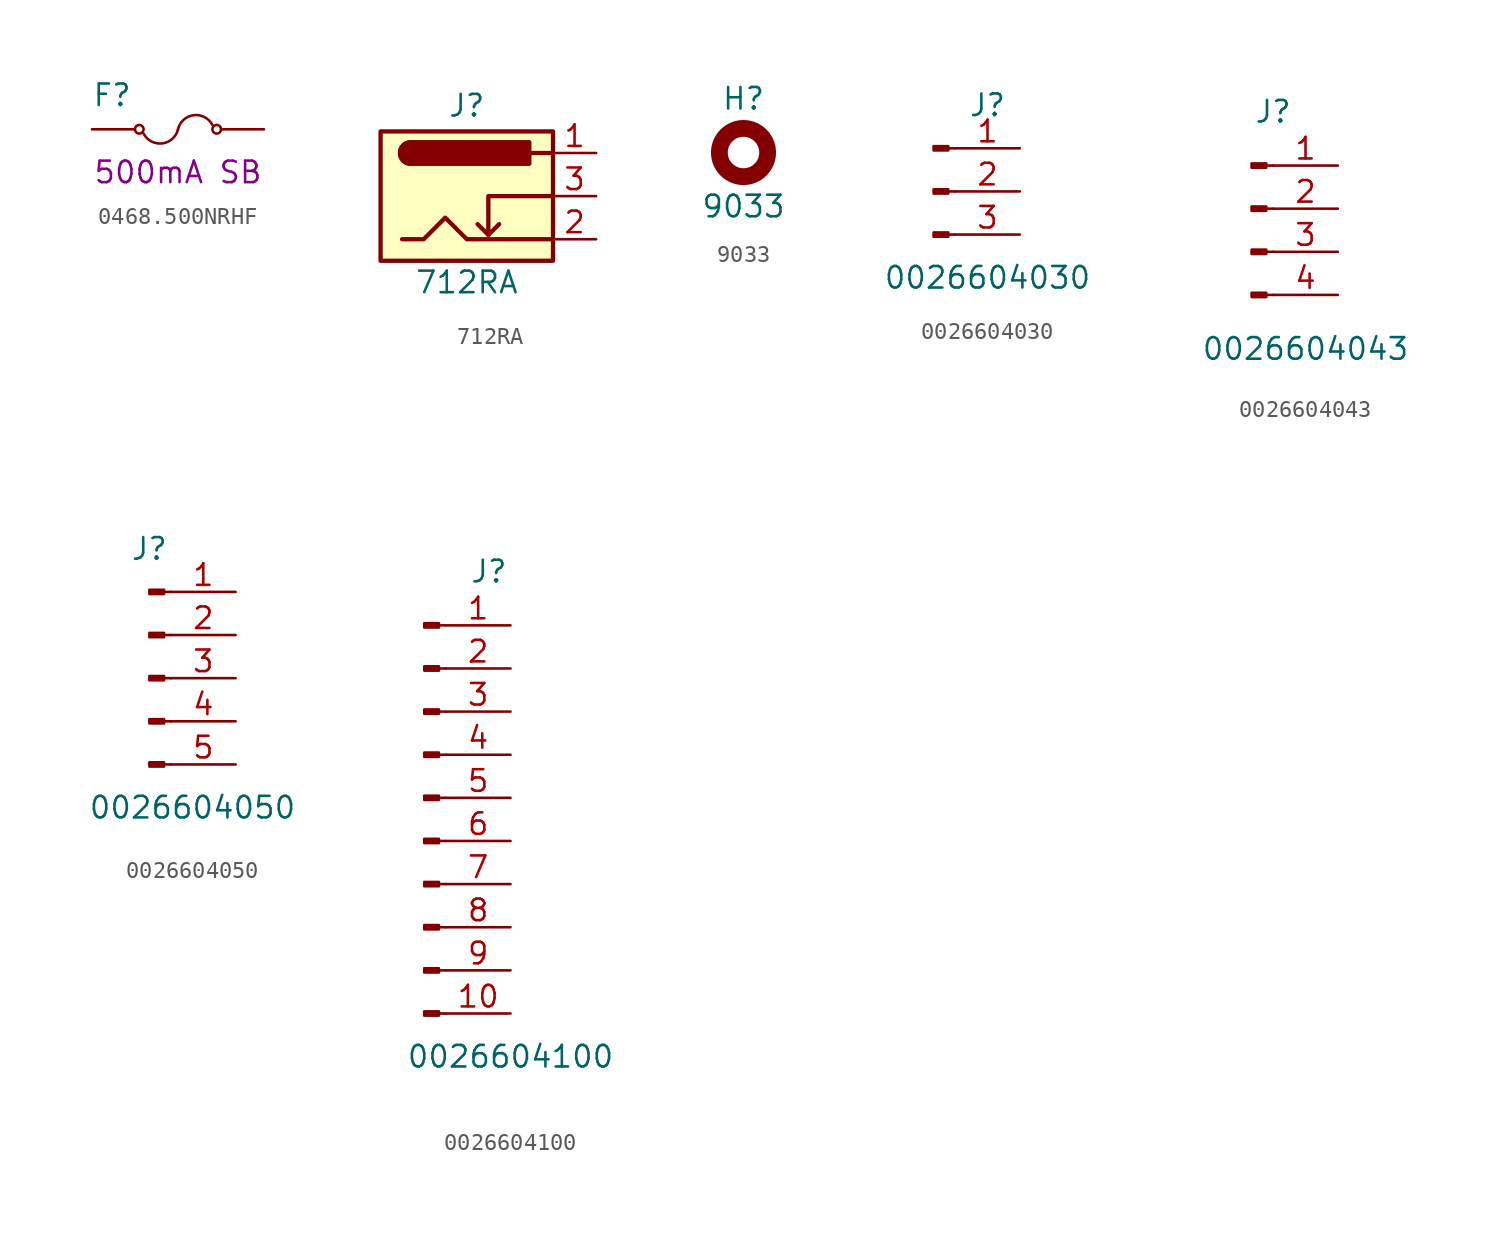
<source format=kicad_sym>
(kicad_symbol_lib
  (version 20210619)
  (generator kicad_symbol_editor)
  (symbol "custom:0468.500NRHF"
    (pin_numbers hide)
    (pin_names
      (offset 1.016) hide)
    (property "Reference" "F"
      (at -5.08 1.27 0)
      (effects (font (size 1.27 1.27)) (justify left bottom)))
    (property "Rating" "500mA SB"
      (at 0 -2.54 0)
      (effects (font (size 1.27 1.27))))
    (symbol "0468.500NRHF_0_1"
      (arc (start -2.032 -0.254) (end 0 0) (radius (at -1.0668 0.254) (length 1.0922) (angles -152.2 -13.4)) (stroke (width 0)) (fill (type none)))
      (arc (start 0 0) (end 2.032 0.254) (radius (at 1.0668 -0.254) (length 1.0922) (angles 166.6 27.8)) (stroke (width 0)) (fill (type none)))
      (circle (center -2.286 0) (radius 0.254) (stroke (width 0)) (fill (type none)))
      (circle (center 2.286 0) (radius 0.254) (stroke (width 0)) (fill (type none))))
    (symbol "0468.500NRHF_1_1"
      (pin passive line (at -5.08 0 0) (length 2.54) (name "~" (effects (font (size 1.27 1.27)))) (number "1" (effects (font (size 1.27 1.27)))))
      (pin passive line (at 5.08 0 180) (length 2.54) (name "~" (effects (font (size 1.27 1.27)))) (number "2" (effects (font (size 1.27 1.27)))))))
  (symbol "custom:712RA"
    (pin_names hide)
    (property "Reference" "J"
      (at 0 5.334 0)
      (effects (font (size 1.27 1.27))))
    (property "Value" "712RA"
      (at 0 -5.08 0)
      (effects (font (size 1.27 1.27))))
    (symbol "712RA_0_1"
      (arc (start -3.302 3.175) (end -3.302 1.905) (radius (at -3.302 2.54) (length 0.635) (angles 90.1 -90.1)) (stroke (width 0.254)) (fill (type none)))
      (arc (start -3.302 3.175) (end -3.302 1.905) (radius (at -3.302 2.54) (length 0.635) (angles 90.1 -90.1)) (stroke (width 0.254)) (fill (type outline)))
      (rectangle (start 3.683 3.175) (end -3.302 1.905) (stroke (width 0.254)) (fill (type outline)))
      (rectangle (start -5.08 3.81) (end 5.08 -3.81) (stroke (width 0.254)) (fill (type background)))
      (polyline (pts (xy 1.27 -2.286) (xy 1.905 -1.651)) (stroke (width 0.254)) (fill (type none)))
      (polyline (pts (xy 5.08 2.54) (xy 3.81 2.54)) (stroke (width 0.254)) (fill (type none)))
      (polyline (pts (xy 5.08 0) (xy 1.27 0) (xy 1.27 -2.286) (xy 0.635 -1.651)) (stroke (width 0.254)) (fill (type none)))
      (polyline (pts (xy -3.81 -2.54) (xy -2.54 -2.54) (xy -1.27 -1.27) (xy 0 -2.54) (xy 2.54 -2.54) (xy 5.08 -2.54)) (stroke (width 0.254)) (fill (type none))))
    (symbol "712RA_1_1"
      (pin passive line (at 7.62 2.54 180) (length 2.54) (name "~" (effects (font (size 1.27 1.27)))) (number "1" (effects (font (size 1.27 1.27)))))
      (pin passive line (at 7.62 -2.54 180) (length 2.54) (name "~" (effects (font (size 1.27 1.27)))) (number "2" (effects (font (size 1.27 1.27)))))
      (pin passive line (at 7.62 0 180) (length 2.54) (name "~" (effects (font (size 1.27 1.27)))) (number "3" (effects (font (size 1.27 1.27)))))))
  (symbol "custom:9033"
    (pin_names
      (offset 1.016))
    (property "Reference" "H"
      (at 0 3.175 0)
      (effects (font (size 1.27 1.27))))
    (property "Value" "9033"
      (at 0 -3.175 0)
      (effects (font (size 1.27 1.27))))
    (symbol "9033_0_1"
      (circle (center 0 0) (radius 1.422) (stroke (width 0.991)) (fill (type none)))))
  (symbol "custom:0026604030"
    (pin_names
      (offset 1.016) hide)
    (property "Reference" "J"
      (at 0 5.08 0)
      (effects (font (size 1.27 1.27))))
    (property "Value" "0026604030"
      (at 0 -5.08 0)
      (effects (font (size 1.27 1.27))))
    (symbol "0026604030_1_1"
      (rectangle (start -2.311 -2.413) (end -3.175 -2.667) (stroke (width 0.152)) (fill (type outline)))
      (rectangle (start -2.311 0.127) (end -3.175 -0.127) (stroke (width 0.152)) (fill (type outline)))
      (rectangle (start -2.311 2.667) (end -3.175 2.413) (stroke (width 0.152)) (fill (type outline)))
      (polyline (pts (xy -1.905 -2.54) (xy -2.311 -2.54)) (stroke (width 0.152)) (fill (type none)))
      (polyline (pts (xy -1.905 0) (xy -2.311 0)) (stroke (width 0.152)) (fill (type none)))
      (polyline (pts (xy -1.905 2.54) (xy -2.311 2.54)) (stroke (width 0.152)) (fill (type none)))
      (pin passive line (at 1.905 2.54 180) (length 3.81) (name "Pin_1" (effects (font (size 1.27 1.27)))) (number "1" (effects (font (size 1.27 1.27)))))
      (pin passive line (at 1.905 0 180) (length 3.81) (name "Pin_2" (effects (font (size 1.27 1.27)))) (number "2" (effects (font (size 1.27 1.27)))))
      (pin passive line (at 1.905 -2.54 180) (length 3.81) (name "Pin_3" (effects (font (size 1.27 1.27)))) (number "3" (effects (font (size 1.27 1.27)))))))
  (symbol "custom:0026604043"
    (pin_names
      (offset 1.016) hide)
    (property "Reference" "J"
      (at -1.905 6.985 0)
      (effects (font (size 1.27 1.27))))
    (property "Value" "0026604043"
      (at 0 -6.985 0)
      (effects (font (size 1.27 1.27))))
    (symbol "0026604043_1_1"
      (rectangle (start -2.311 -3.683) (end -3.175 -3.937) (stroke (width 0.152)) (fill (type outline)))
      (rectangle (start -2.311 -1.143) (end -3.175 -1.397) (stroke (width 0.152)) (fill (type outline)))
      (rectangle (start -2.311 1.397) (end -3.175 1.143) (stroke (width 0.152)) (fill (type outline)))
      (rectangle (start -2.311 3.937) (end -3.175 3.683) (stroke (width 0.152)) (fill (type outline)))
      (polyline (pts (xy -1.905 -3.81) (xy -2.311 -3.81)) (stroke (width 0.152)) (fill (type none)))
      (polyline (pts (xy -1.905 -1.27) (xy -2.311 -1.27)) (stroke (width 0.152)) (fill (type none)))
      (polyline (pts (xy -1.905 1.27) (xy -2.311 1.27)) (stroke (width 0.152)) (fill (type none)))
      (polyline (pts (xy -1.905 3.81) (xy -2.311 3.81)) (stroke (width 0.152)) (fill (type none)))
      (pin passive line (at 1.905 3.81 180) (length 3.81) (name "Pin_1" (effects (font (size 1.27 1.27)))) (number "1" (effects (font (size 1.27 1.27)))))
      (pin passive line (at 1.905 1.27 180) (length 3.81) (name "Pin_2" (effects (font (size 1.27 1.27)))) (number "2" (effects (font (size 1.27 1.27)))))
      (pin passive line (at 1.905 -1.27 180) (length 3.81) (name "Pin_3" (effects (font (size 1.27 1.27)))) (number "3" (effects (font (size 1.27 1.27)))))
      (pin passive line (at 1.905 -3.81 180) (length 3.81) (name "Pin_4" (effects (font (size 1.27 1.27)))) (number "4" (effects (font (size 1.27 1.27)))))))
  (symbol "custom:0026604050"
    (pin_names
      (offset 1.016) hide)
    (property "Reference" "J"
      (at 0 7.62 0)
      (effects (font (size 1.27 1.27))))
    (property "Value" "0026604050"
      (at 2.54 -7.62 0)
      (effects (font (size 1.27 1.27))))
    (symbol "0026604050_1_1"
      (rectangle (start 0.864 -4.953) (end 0 -5.207) (stroke (width 0.152)) (fill (type outline)))
      (rectangle (start 0.864 -2.413) (end 0 -2.667) (stroke (width 0.152)) (fill (type outline)))
      (rectangle (start 0.864 0.127) (end 0 -0.127) (stroke (width 0.152)) (fill (type outline)))
      (rectangle (start 0.864 2.667) (end 0 2.413) (stroke (width 0.152)) (fill (type outline)))
      (rectangle (start 0.864 5.207) (end 0 4.953) (stroke (width 0.152)) (fill (type outline)))
      (polyline (pts (xy 1.27 -5.08) (xy 0.864 -5.08)) (stroke (width 0.152)) (fill (type none)))
      (polyline (pts (xy 1.27 -2.54) (xy 0.864 -2.54)) (stroke (width 0.152)) (fill (type none)))
      (polyline (pts (xy 1.27 0) (xy 0.864 0)) (stroke (width 0.152)) (fill (type none)))
      (polyline (pts (xy 1.27 2.54) (xy 0.864 2.54)) (stroke (width 0.152)) (fill (type none)))
      (polyline (pts (xy 1.27 5.08) (xy 0.864 5.08)) (stroke (width 0.152)) (fill (type none)))
      (pin passive line (at 5.08 5.08 180) (length 3.81) (name "Pin_1" (effects (font (size 1.27 1.27)))) (number "1" (effects (font (size 1.27 1.27)))))
      (pin passive line (at 5.08 2.54 180) (length 3.81) (name "Pin_2" (effects (font (size 1.27 1.27)))) (number "2" (effects (font (size 1.27 1.27)))))
      (pin passive line (at 5.08 0 180) (length 3.81) (name "Pin_3" (effects (font (size 1.27 1.27)))) (number "3" (effects (font (size 1.27 1.27)))))
      (pin passive line (at 5.08 -2.54 180) (length 3.81) (name "Pin_4" (effects (font (size 1.27 1.27)))) (number "4" (effects (font (size 1.27 1.27)))))
      (pin passive line (at 5.08 -5.08 180) (length 3.81) (name "Pin_5" (effects (font (size 1.27 1.27)))) (number "5" (effects (font (size 1.27 1.27)))))))
  (symbol "custom:0026604100"
    (pin_names
      (offset 1.016) hide)
    (property "Reference" "J"
      (at 1.27 14.605 0)
      (effects (font (size 1.27 1.27))))
    (property "Value" "0026604100"
      (at 2.54 -13.97 0)
      (effects (font (size 1.27 1.27))))
    (symbol "0026604100_1_1"
      (rectangle (start -1.676 -11.303) (end -2.54 -11.557) (stroke (width 0.152)) (fill (type outline)))
      (rectangle (start -1.676 -8.763) (end -2.54 -9.017) (stroke (width 0.152)) (fill (type outline)))
      (rectangle (start -1.676 -6.223) (end -2.54 -6.477) (stroke (width 0.152)) (fill (type outline)))
      (rectangle (start -1.676 -3.683) (end -2.54 -3.937) (stroke (width 0.152)) (fill (type outline)))
      (rectangle (start -1.676 -1.143) (end -2.54 -1.397) (stroke (width 0.152)) (fill (type outline)))
      (rectangle (start -1.676 1.397) (end -2.54 1.143) (stroke (width 0.152)) (fill (type outline)))
      (rectangle (start -1.676 3.937) (end -2.54 3.683) (stroke (width 0.152)) (fill (type outline)))
      (rectangle (start -1.676 6.477) (end -2.54 6.223) (stroke (width 0.152)) (fill (type outline)))
      (rectangle (start -1.676 9.017) (end -2.54 8.763) (stroke (width 0.152)) (fill (type outline)))
      (rectangle (start -1.676 11.557) (end -2.54 11.303) (stroke (width 0.152)) (fill (type outline)))
      (polyline (pts (xy -1.27 -11.43) (xy -1.676 -11.43)) (stroke (width 0.152)) (fill (type none)))
      (polyline (pts (xy -1.27 -8.89) (xy -1.676 -8.89)) (stroke (width 0.152)) (fill (type none)))
      (polyline (pts (xy -1.27 -6.35) (xy -1.676 -6.35)) (stroke (width 0.152)) (fill (type none)))
      (polyline (pts (xy -1.27 -3.81) (xy -1.676 -3.81)) (stroke (width 0.152)) (fill (type none)))
      (polyline (pts (xy -1.27 -1.27) (xy -1.676 -1.27)) (stroke (width 0.152)) (fill (type none)))
      (polyline (pts (xy -1.27 1.27) (xy -1.676 1.27)) (stroke (width 0.152)) (fill (type none)))
      (polyline (pts (xy -1.27 3.81) (xy -1.676 3.81)) (stroke (width 0.152)) (fill (type none)))
      (polyline (pts (xy -1.27 6.35) (xy -1.676 6.35)) (stroke (width 0.152)) (fill (type none)))
      (polyline (pts (xy -1.27 8.89) (xy -1.676 8.89)) (stroke (width 0.152)) (fill (type none)))
      (polyline (pts (xy -1.27 11.43) (xy -1.676 11.43)) (stroke (width 0.152)) (fill (type none)))
      (pin passive line (at 2.54 11.43 180) (length 3.81) (name "Pin_1" (effects (font (size 1.27 1.27)))) (number "1" (effects (font (size 1.27 1.27)))))
      (pin passive line (at 2.54 -11.43 180) (length 3.81) (name "Pin_10" (effects (font (size 1.27 1.27)))) (number "10" (effects (font (size 1.27 1.27)))))
      (pin passive line (at 2.54 8.89 180) (length 3.81) (name "Pin_2" (effects (font (size 1.27 1.27)))) (number "2" (effects (font (size 1.27 1.27)))))
      (pin passive line (at 2.54 6.35 180) (length 3.81) (name "Pin_3" (effects (font (size 1.27 1.27)))) (number "3" (effects (font (size 1.27 1.27)))))
      (pin passive line (at 2.54 3.81 180) (length 3.81) (name "Pin_4" (effects (font (size 1.27 1.27)))) (number "4" (effects (font (size 1.27 1.27)))))
      (pin passive line (at 2.54 1.27 180) (length 3.81) (name "Pin_5" (effects (font (size 1.27 1.27)))) (number "5" (effects (font (size 1.27 1.27)))))
      (pin passive line (at 2.54 -1.27 180) (length 3.81) (name "Pin_6" (effects (font (size 1.27 1.27)))) (number "6" (effects (font (size 1.27 1.27)))))
      (pin passive line (at 2.54 -3.81 180) (length 3.81) (name "Pin_7" (effects (font (size 1.27 1.27)))) (number "7" (effects (font (size 1.27 1.27)))))
      (pin passive line (at 2.54 -6.35 180) (length 3.81) (name "Pin_8" (effects (font (size 1.27 1.27)))) (number "8" (effects (font (size 1.27 1.27)))))
      (pin passive line (at 2.54 -8.89 180) (length 3.81) (name "Pin_9" (effects (font (size 1.27 1.27)))) (number "9" (effects (font (size 1.27 1.27))))))))
</source>
